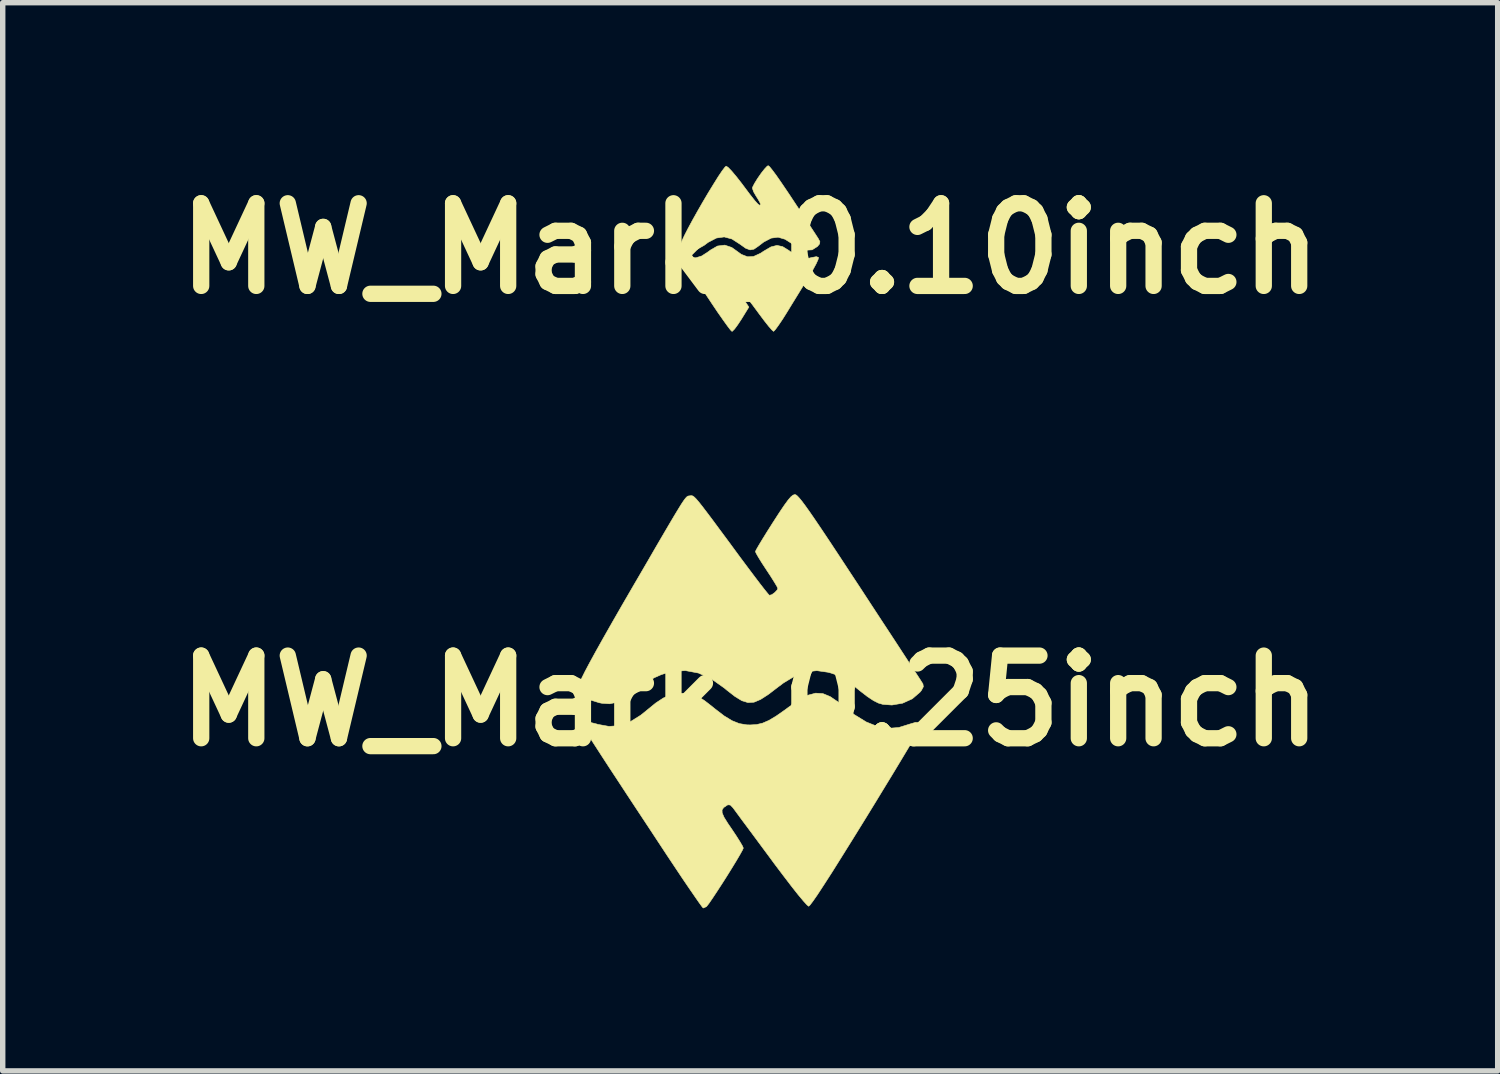
<source format=kicad_pcb>
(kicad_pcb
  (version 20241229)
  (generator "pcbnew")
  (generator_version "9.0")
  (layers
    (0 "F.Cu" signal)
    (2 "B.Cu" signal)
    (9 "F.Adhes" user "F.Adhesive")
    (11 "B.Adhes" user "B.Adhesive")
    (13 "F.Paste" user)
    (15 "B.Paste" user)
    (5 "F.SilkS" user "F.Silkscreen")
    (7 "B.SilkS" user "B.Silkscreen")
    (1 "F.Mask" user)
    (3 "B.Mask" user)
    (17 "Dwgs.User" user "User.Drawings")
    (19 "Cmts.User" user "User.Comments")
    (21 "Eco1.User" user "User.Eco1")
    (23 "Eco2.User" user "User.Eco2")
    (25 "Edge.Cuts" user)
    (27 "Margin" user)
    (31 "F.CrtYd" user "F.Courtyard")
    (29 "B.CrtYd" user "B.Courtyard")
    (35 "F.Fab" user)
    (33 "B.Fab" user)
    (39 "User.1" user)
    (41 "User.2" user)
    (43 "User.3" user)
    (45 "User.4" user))
  (footprint "MW_Mark_0.10inch"
    (layer "F.Cu")
    (at 10.784 1.533)
    (property "Reference" "MW_Mark_0.10inch" (at 0 0 0) (layer "F.SilkS") (effects (font (size 1.524 1.524) (thickness 0.3))))
    (attr through_hole)
    (fp_poly (pts (xy 0.357 -1.509) (xy 0.405 -1.45) (xy 0.479 -1.351) (xy 0.579 -1.207) (xy 0.707 -1.018) (xy 0.864 -0.781) (xy 1.053 -0.494) (xy 1.252 -0.189) (xy 1.285 -0.128) (xy 1.279 -0.085) (xy 1.24 -0.038) (xy 1.142 0.024) (xy 1.022 0.031) (xy 0.885 -0.016) (xy 0.786 -0.08) (xy 0.643 -0.171) (xy 0.514 -0.209) (xy 0.387 -0.192) (xy 0.251 -0.121) (xy 0.149 -0.043) (xy 0.069 0.012) (xy -0.003 0.025) (xy -0.083 -0.005) (xy -0.187 -0.079) (xy -0.337 -0.176) (xy -0.479 -0.214) (xy -0.622 -0.194) (xy -0.774 -0.115) (xy -0.849 -0.059) (xy -0.978 0.014) (xy -1.105 0.024) (xy -1.202 -0.007) (xy -1.257 -0.052) (xy -1.273 -0.093) (xy -1.258 -0.144) (xy -1.214 -0.238) (xy -1.149 -0.365) (xy -1.067 -0.517) (xy -0.973 -0.685) (xy -0.873 -0.859) (xy -0.772 -1.03) (xy -0.675 -1.188) (xy -0.589 -1.326) (xy -0.517 -1.433) (xy -0.466 -1.5) (xy -0.444 -1.519) (xy -0.408 -1.497) (xy -0.344 -1.431) (xy -0.258 -1.329) (xy -0.156 -1.199) (xy -0.128 -1.161) (xy -0.008 -1.001) (xy 0.08 -0.889) (xy 0.14 -0.823) (xy 0.175 -0.797) (xy 0.19 -0.808) (xy 0.191 -0.82) (xy 0.174 -0.859) (xy 0.133 -0.929) (xy 0.109 -0.966) (xy 0.063 -1.046) (xy 0.041 -1.11) (xy 0.042 -1.127) (xy 0.079 -1.2) (xy 0.136 -1.292) (xy 0.201 -1.386) (xy 0.264 -1.466) (xy 0.313 -1.518) (xy 0.332 -1.528) (xy 0.357 -1.509)) (stroke (width 0.01) (type solid)) (fill yes) (layer "F.SilkS"))
    (fp_poly (pts (xy -0.341 -0.02) (xy -0.297 0.011) (xy -0.163 0.108) (xy -0.049 0.152) (xy 0.062 0.146) (xy 0.187 0.089) (xy 0.25 0.048) (xy 0.383 -0.03) (xy 0.494 -0.058) (xy 0.599 -0.035) (xy 0.715 0.037) (xy 0.73 0.049) (xy 0.857 0.138) (xy 0.965 0.18) (xy 1.07 0.182) (xy 1.133 0.166) (xy 1.22 0.15) (xy 1.26 0.164) (xy 1.252 0.202) (xy 1.216 0.281) (xy 1.157 0.39) (xy 1.09 0.503) (xy 0.994 0.66) (xy 0.88 0.846) (xy 0.764 1.034) (xy 0.681 1.17) (xy 0.598 1.302) (xy 0.523 1.413) (xy 0.466 1.491) (xy 0.433 1.526) (xy 0.43 1.527) (xy 0.401 1.502) (xy 0.342 1.435) (xy 0.262 1.334) (xy 0.168 1.209) (xy 0.133 1.161) (xy 0.036 1.03) (xy -0.049 0.92) (xy -0.115 0.84) (xy -0.155 0.799) (xy -0.161 0.796) (xy -0.186 0.802) (xy -0.183 0.83) (xy -0.149 0.891) (xy -0.108 0.954) (xy -0.025 1.08) (xy -0.163 1.304) (xy -0.231 1.407) (xy -0.289 1.485) (xy -0.329 1.525) (xy -0.336 1.528) (xy -0.363 1.502) (xy -0.418 1.43) (xy -0.498 1.319) (xy -0.598 1.176) (xy -0.711 1.008) (xy -0.809 0.86) (xy -0.928 0.677) (xy -1.033 0.51) (xy -1.12 0.367) (xy -1.184 0.257) (xy -1.221 0.186) (xy -1.227 0.162) (xy -1.184 0.148) (xy -1.111 0.16) (xy -1.003 0.171) (xy -0.893 0.137) (xy -0.766 0.054) (xy -0.737 0.031) (xy -0.604 -0.046) (xy -0.469 -0.063) (xy -0.341 -0.02)) (stroke (width 0.01) (type solid)) (fill yes) (layer "F.SilkS")))
  (footprint "MW_Mark_0.25inch"
    (layer "F.Cu")
    (at 10.784 9.874)
    (property "Reference" "MW_Mark_0.25inch" (at 0 0 0) (layer "F.SilkS") (effects (font (size 1.524 1.524) (thickness 0.3))))
    (attr through_hole)
    (fp_poly (pts (xy 1.34 -0.134) (xy 1.474 -0.079) (xy 1.621 0.021) (xy 1.672 0.063) (xy 1.918 0.253) (xy 2.141 0.39) (xy 2.348 0.473) (xy 2.545 0.507) (xy 2.741 0.491) (xy 2.94 0.429) (xy 2.943 0.428) (xy 3.051 0.396) (xy 3.121 0.404) (xy 3.147 0.45) (xy 3.145 0.471) (xy 3.127 0.508) (xy 3.079 0.594) (xy 3.002 0.725) (xy 2.901 0.894) (xy 2.778 1.099) (xy 2.637 1.333) (xy 2.479 1.592) (xy 2.309 1.871) (xy 2.133 2.158) (xy 1.894 2.544) (xy 1.685 2.879) (xy 1.507 3.163) (xy 1.358 3.394) (xy 1.241 3.573) (xy 1.154 3.698) (xy 1.099 3.77) (xy 1.078 3.788) (xy 1.046 3.762) (xy 0.98 3.689) (xy 0.883 3.573) (xy 0.76 3.417) (xy 0.614 3.226) (xy 0.447 3.005) (xy 0.385 2.92) (xy 0.23 2.711) (xy 0.085 2.515) (xy -0.045 2.34) (xy -0.156 2.191) (xy -0.241 2.075) (xy -0.297 1.999) (xy -0.316 1.973) (xy -0.366 1.921) (xy -0.411 1.917) (xy -0.432 1.928) (xy -0.49 1.968) (xy -0.519 2.011) (xy -0.517 2.067) (xy -0.483 2.146) (xy -0.414 2.257) (xy -0.339 2.367) (xy -0.256 2.491) (xy -0.188 2.599) (xy -0.142 2.678) (xy -0.127 2.715) (xy -0.144 2.754) (xy -0.189 2.835) (xy -0.256 2.949) (xy -0.339 3.085) (xy -0.431 3.233) (xy -0.526 3.382) (xy -0.617 3.522) (xy -0.698 3.644) (xy -0.761 3.736) (xy -0.802 3.788) (xy -0.809 3.795) (xy -0.858 3.818) (xy -0.868 3.819) (xy -0.89 3.793) (xy -0.943 3.72) (xy -1.023 3.605) (xy -1.127 3.454) (xy -1.25 3.273) (xy -1.388 3.066) (xy -1.538 2.841) (xy -1.58 2.777) (xy -1.846 2.373) (xy -2.08 2.019) (xy -2.283 1.711) (xy -2.456 1.447) (xy -2.604 1.222) (xy -2.727 1.033) (xy -2.827 0.878) (xy -2.908 0.753) (xy -2.97 0.654) (xy -3.017 0.578) (xy -3.05 0.521) (xy -3.071 0.482) (xy -3.083 0.455) (xy -3.087 0.439) (xy -3.087 0.435) (xy -3.076 0.398) (xy -3.036 0.385) (xy -2.957 0.395) (xy -2.83 0.427) (xy -2.809 0.434) (xy -2.604 0.471) (xy -2.41 0.457) (xy -2.218 0.389) (xy -2.019 0.265) (xy -1.906 0.174) (xy -1.742 0.04) (xy -1.604 -0.051) (xy -1.48 -0.107) (xy -1.357 -0.134) (xy -1.26 -0.139) (xy -1.145 -0.134) (xy -1.047 -0.114) (xy -0.952 -0.074) (xy -0.845 -0.006) (xy -0.712 0.097) (xy -0.653 0.145) (xy -0.481 0.277) (xy -0.335 0.366) (xy -0.202 0.419) (xy -0.067 0.442) (xy 0 0.444) (xy 0.118 0.437) (xy 0.229 0.411) (xy 0.346 0.36) (xy 0.481 0.279) (xy 0.647 0.163) (xy 0.71 0.116) (xy 0.903 -0.018) (xy 1.065 -0.104) (xy 1.207 -0.142) (xy 1.34 -0.134)) (stroke (width 0.01) (type solid)) (fill yes) (layer "F.SilkS"))
    (fp_poly (pts (xy 0.844 -3.798) (xy 0.871 -3.777) (xy 0.907 -3.738) (xy 0.956 -3.678) (xy 1.02 -3.592) (xy 1.101 -3.478) (xy 1.203 -3.33) (xy 1.327 -3.146) (xy 1.476 -2.923) (xy 1.653 -2.655) (xy 1.859 -2.341) (xy 2.028 -2.085) (xy 2.223 -1.786) (xy 2.409 -1.502) (xy 2.583 -1.237) (xy 2.74 -0.997) (xy 2.878 -0.785) (xy 2.994 -0.607) (xy 3.086 -0.467) (xy 3.149 -0.369) (xy 3.181 -0.318) (xy 3.185 -0.313) (xy 3.193 -0.26) (xy 3.157 -0.192) (xy 3.131 -0.16) (xy 2.989 -0.038) (xy 2.811 0.043) (xy 2.614 0.077) (xy 2.448 0.065) (xy 2.364 0.041) (xy 2.273 -0.005) (xy 2.161 -0.079) (xy 2.02 -0.188) (xy 1.958 -0.239) (xy 1.821 -0.347) (xy 1.711 -0.421) (xy 1.608 -0.472) (xy 1.492 -0.512) (xy 1.431 -0.528) (xy 1.229 -0.557) (xy 1.031 -0.535) (xy 0.83 -0.461) (xy 0.616 -0.332) (xy 0.513 -0.255) (xy 0.335 -0.119) (xy 0.191 -0.026) (xy 0.07 0.025) (xy -0.041 0.032) (xy -0.154 -0.003) (xy -0.28 -0.08) (xy -0.433 -0.199) (xy -0.477 -0.236) (xy -0.717 -0.406) (xy -0.955 -0.513) (xy -1.195 -0.558) (xy -1.438 -0.541) (xy -1.5 -0.527) (xy -1.639 -0.484) (xy -1.768 -0.427) (xy -1.903 -0.347) (xy -2.06 -0.235) (xy -2.157 -0.16) (xy -2.318 -0.044) (xy -2.458 0.026) (xy -2.591 0.054) (xy -2.732 0.045) (xy -2.783 0.035) (xy -2.938 -0.013) (xy -3.064 -0.079) (xy -3.148 -0.154) (xy -3.178 -0.218) (xy -3.173 -0.256) (xy -3.15 -0.321) (xy -3.109 -0.415) (xy -3.046 -0.542) (xy -2.96 -0.704) (xy -2.85 -0.905) (xy -2.714 -1.148) (xy -2.551 -1.435) (xy -2.358 -1.771) (xy -2.134 -2.157) (xy -2.083 -2.244) (xy -1.892 -2.572) (xy -1.731 -2.85) (xy -1.596 -3.081) (xy -1.485 -3.27) (xy -1.395 -3.422) (xy -1.324 -3.539) (xy -1.269 -3.628) (xy -1.227 -3.691) (xy -1.196 -3.733) (xy -1.172 -3.759) (xy -1.154 -3.773) (xy -1.138 -3.778) (xy -1.121 -3.78) (xy -1.112 -3.781) (xy -1.092 -3.784) (xy -1.075 -3.783) (xy -1.055 -3.776) (xy -1.03 -3.757) (xy -0.995 -3.722) (xy -0.948 -3.667) (xy -0.885 -3.588) (xy -0.802 -3.479) (xy -0.695 -3.337) (xy -0.562 -3.157) (xy -0.398 -2.936) (xy -0.201 -2.668) (xy -0.182 -2.642) (xy -0.046 -2.46) (xy 0.078 -2.295) (xy 0.185 -2.154) (xy 0.27 -2.045) (xy 0.329 -1.973) (xy 0.354 -1.946) (xy 0.399 -1.958) (xy 0.455 -1.999) (xy 0.5 -2.048) (xy 0.509 -2.075) (xy 0.493 -2.11) (xy 0.447 -2.187) (xy 0.38 -2.294) (xy 0.302 -2.412) (xy 0.221 -2.536) (xy 0.155 -2.642) (xy 0.111 -2.719) (xy 0.096 -2.753) (xy 0.113 -2.789) (xy 0.159 -2.869) (xy 0.229 -2.985) (xy 0.317 -3.127) (xy 0.419 -3.288) (xy 0.423 -3.294) (xy 0.541 -3.477) (xy 0.632 -3.611) (xy 0.7 -3.704) (xy 0.751 -3.763) (xy 0.79 -3.794) (xy 0.822 -3.804) (xy 0.825 -3.804) (xy 0.844 -3.798)) (stroke (width 0.01) (type solid)) (fill yes) (layer "F.SilkS")))
  (gr_rect
    (start -3 -3)
    (end 24.568 16.698)
    (stroke (width 0.1) (type default))
    (fill no)
    (layer "Edge.Cuts")))
</source>
